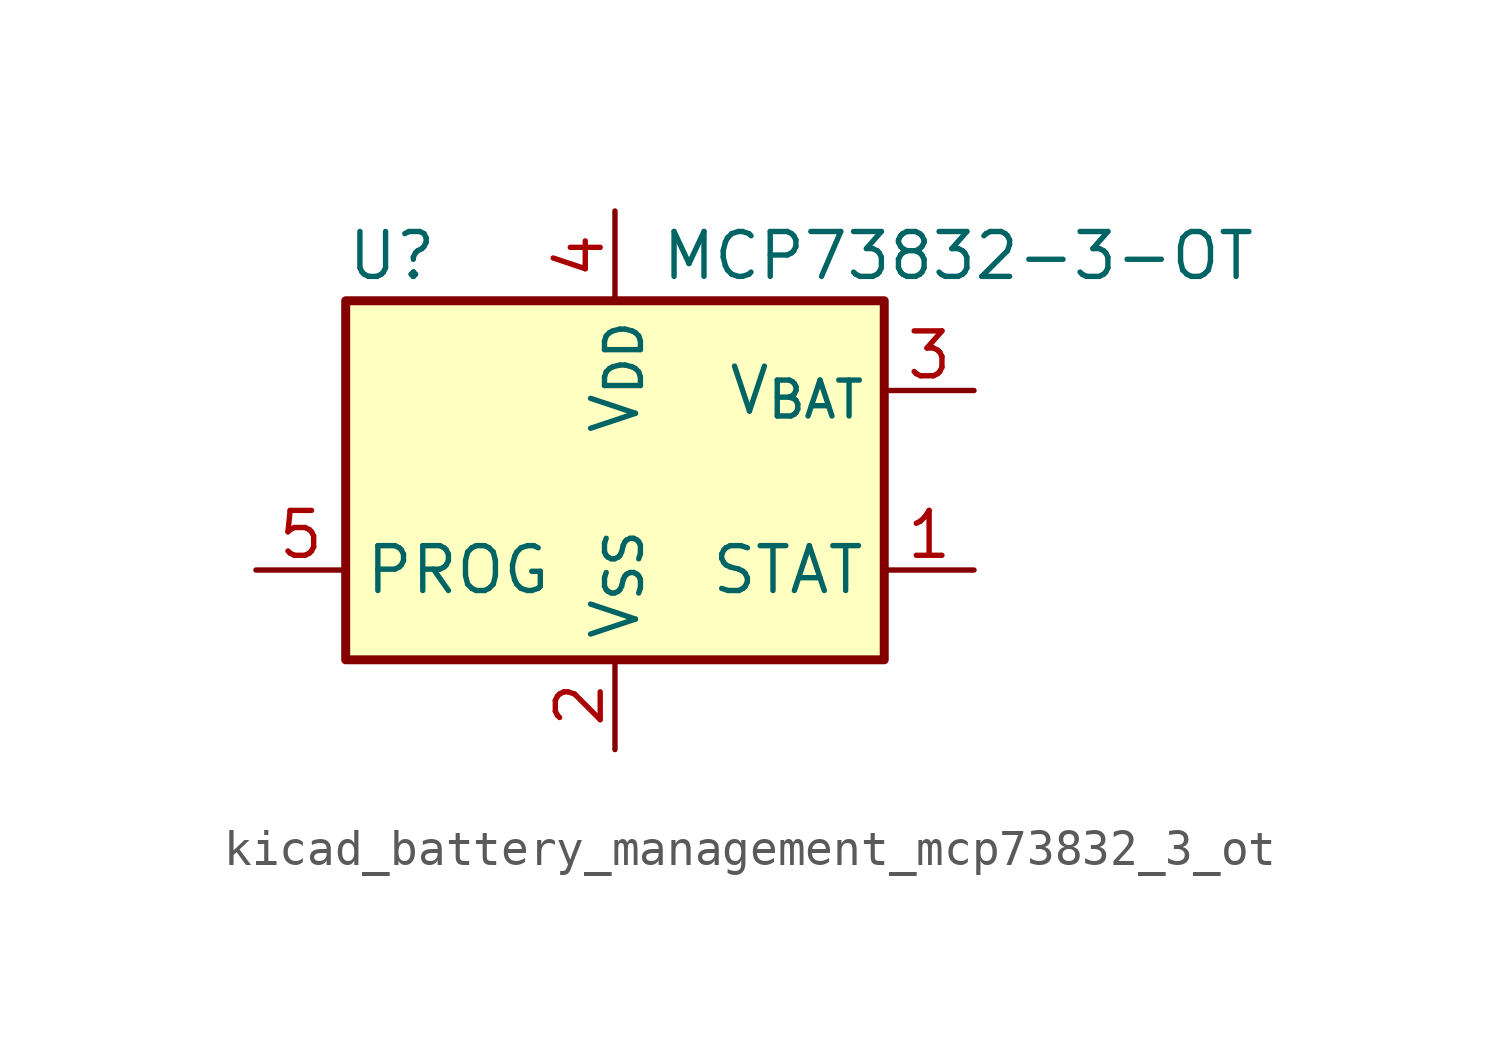
<source format=kicad_sym>
(kicad_symbol_lib
  (version 20220914)
  (generator kicad_symbol_editor)
  (symbol "kicad_battery_management_mcp73832_3_ot"
    (property "Reference" "U"
      (at -7.62 6.35 0)
      (effects (font (size 1.27 1.27)) (justify left)))
    (property "Value" "MCP73832-3-OT"
      (at 1.27 6.35 0)
      (effects (font (size 1.27 1.27)) (justify left)))
    (symbol "kicad_battery_management_mcp73832_3_ot_0_1"
      (rectangle (start -7.62 5.08) (end 7.62 -5.08) (stroke (width 0.254) (type default)) (fill (type background))))
    (symbol "kicad_battery_management_mcp73832_3_ot_1_1"
      (pin output line (at 10.16 -2.54 180) (length 2.54) (name "STAT" (effects (font (size 1.27 1.27)))) (number "1" (effects (font (size 1.27 1.27)))))
      (pin power_in line (at 0 -7.62 90) (length 2.54) (name "V_{SS}" (effects (font (size 1.27 1.27)))) (number "2" (effects (font (size 1.27 1.27)))))
      (pin power_out line (at 10.16 2.54 180) (length 2.54) (name "V_{BAT}" (effects (font (size 1.27 1.27)))) (number "3" (effects (font (size 1.27 1.27)))))
      (pin power_in line (at 0 7.62 270) (length 2.54) (name "V_{DD}" (effects (font (size 1.27 1.27)))) (number "4" (effects (font (size 1.27 1.27)))))
      (pin input line (at -10.16 -2.54 0) (length 2.54) (name "PROG" (effects (font (size 1.27 1.27)))) (number "5" (effects (font (size 1.27 1.27))))))))
</source>
